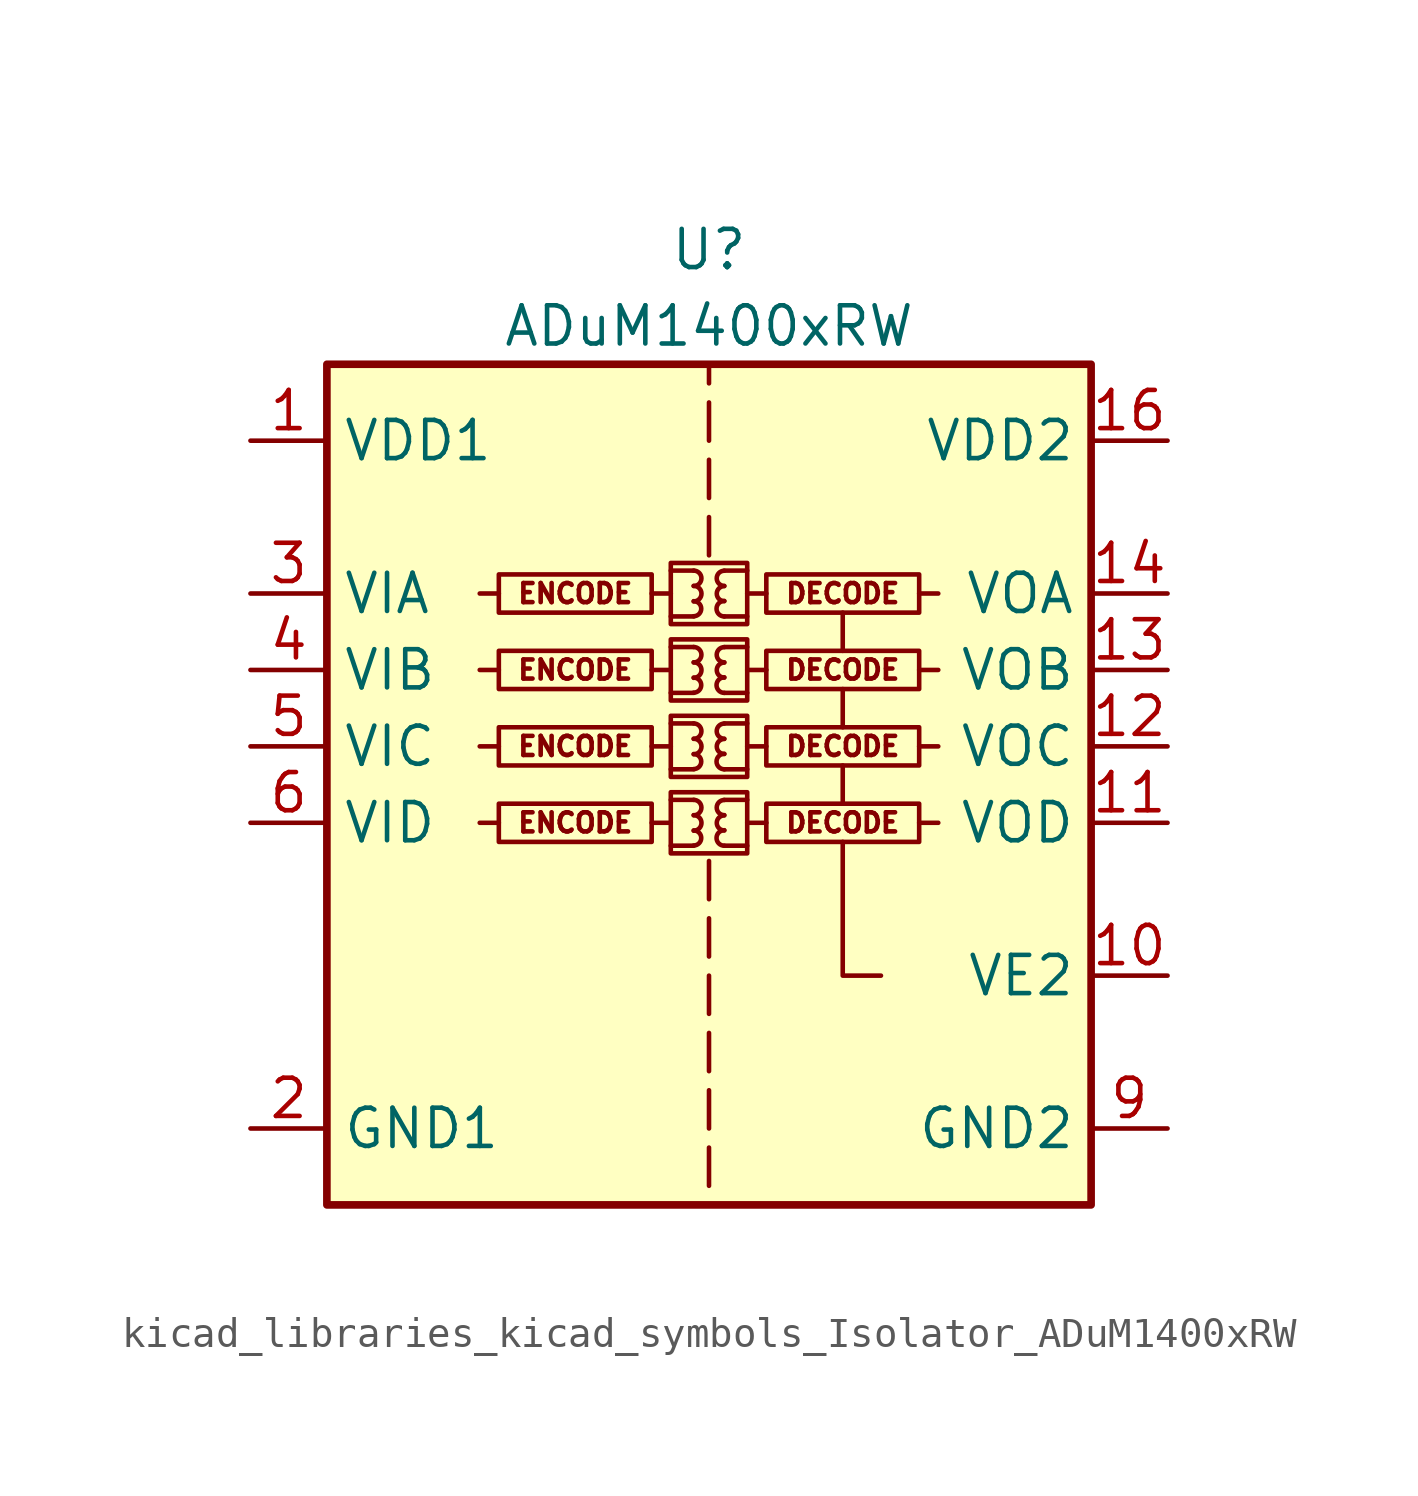
<source format=kicad_sym>
(kicad_symbol_lib
  (version 20220914)
  (generator kicad_symbol_editor)
  (symbol "kicad_libraries_kicad_symbols_Isolator_ADuM1400xRW"
    (property "Reference" "U"
      (at 0 19.05 0)
      (effects (font (size 1.27 1.27))))
    (property "Value" "ADuM1400xRW"
      (at 0 16.51 0)
      (effects (font (size 1.27 1.27))))
    (symbol "kicad_libraries_kicad_symbols_Isolator_ADuM1400xRW_0_0"
      (rectangle (start -1.905 0.635) (end -6.985 -0.635) (stroke (width 0) (type default)) (fill (type none)))
      (rectangle (start -1.27 1.016) (end 1.27 -1.016) (stroke (width 0) (type default)) (fill (type none)))
      (rectangle (start -1.27 3.556) (end 1.27 1.524) (stroke (width 0) (type default)) (fill (type none)))
      (rectangle (start -1.27 6.096) (end 1.27 4.064) (stroke (width 0) (type default)) (fill (type none)))
      (rectangle (start -1.27 8.636) (end 1.27 6.604) (stroke (width 0) (type default)) (fill (type none)))
      (arc (start -0.508 -0.762) (mid -0.2551 -0.508) (end -0.508 -0.254) (stroke (width 0) (type default)) (fill (type none)))
      (arc (start -0.508 -0.254) (mid -0.2551 0) (end -0.508 0.254) (stroke (width 0) (type default)) (fill (type none)))
      (arc (start -0.508 0.254) (mid -0.2551 0.508) (end -0.508 0.762) (stroke (width 0) (type default)) (fill (type none)))
      (arc (start -0.508 1.778) (mid -0.2551 2.032) (end -0.508 2.286) (stroke (width 0) (type default)) (fill (type none)))
      (arc (start -0.508 2.286) (mid -0.2551 2.54) (end -0.508 2.794) (stroke (width 0) (type default)) (fill (type none)))
      (arc (start -0.508 2.794) (mid -0.2551 3.048) (end -0.508 3.302) (stroke (width 0) (type default)) (fill (type none)))
      (arc (start -0.508 4.318) (mid -0.2551 4.572) (end -0.508 4.826) (stroke (width 0) (type default)) (fill (type none)))
      (arc (start -0.508 4.826) (mid -0.2551 5.08) (end -0.508 5.334) (stroke (width 0) (type default)) (fill (type none)))
      (arc (start -0.508 5.334) (mid -0.2551 5.588) (end -0.508 5.842) (stroke (width 0) (type default)) (fill (type none)))
      (arc (start -0.508 6.858) (mid -0.2551 7.112) (end -0.508 7.366) (stroke (width 0) (type default)) (fill (type none)))
      (arc (start -0.508 7.366) (mid -0.2551 7.62) (end -0.508 7.874) (stroke (width 0) (type default)) (fill (type none)))
      (arc (start -0.508 7.874) (mid -0.2551 8.128) (end -0.508 8.382) (stroke (width 0) (type default)) (fill (type none)))
      (polyline (pts (xy -6.985 0) (xy -7.62 0)) (stroke (width 0) (type default)) (fill (type none)))
      (polyline (pts (xy -6.985 2.54) (xy -7.62 2.54)) (stroke (width 0) (type default)) (fill (type none)))
      (polyline (pts (xy -6.985 5.08) (xy -7.62 5.08)) (stroke (width 0) (type default)) (fill (type none)))
      (polyline (pts (xy -6.985 7.62) (xy -7.62 7.62)) (stroke (width 0) (type default)) (fill (type none)))
      (polyline (pts (xy -1.905 0) (xy -1.27 0)) (stroke (width 0) (type default)) (fill (type none)))
      (polyline (pts (xy -1.905 2.54) (xy -1.27 2.54)) (stroke (width 0) (type default)) (fill (type none)))
      (polyline (pts (xy -1.905 5.08) (xy -1.27 5.08)) (stroke (width 0) (type default)) (fill (type none)))
      (polyline (pts (xy -1.905 7.62) (xy -1.27 7.62)) (stroke (width 0) (type default)) (fill (type none)))
      (polyline (pts (xy -1.27 -0.762) (xy -0.508 -0.762)) (stroke (width 0) (type default)) (fill (type none)))
      (polyline (pts (xy -1.27 0.762) (xy -0.508 0.762)) (stroke (width 0) (type default)) (fill (type none)))
      (polyline (pts (xy -1.27 1.778) (xy -0.508 1.778)) (stroke (width 0) (type default)) (fill (type none)))
      (polyline (pts (xy -1.27 3.302) (xy -0.508 3.302)) (stroke (width 0) (type default)) (fill (type none)))
      (polyline (pts (xy -1.27 4.318) (xy -0.508 4.318)) (stroke (width 0) (type default)) (fill (type none)))
      (polyline (pts (xy -1.27 5.842) (xy -0.508 5.842)) (stroke (width 0) (type default)) (fill (type none)))
      (polyline (pts (xy -1.27 6.858) (xy -0.508 6.858)) (stroke (width 0) (type default)) (fill (type none)))
      (polyline (pts (xy -1.27 8.382) (xy -0.508 8.382)) (stroke (width 0) (type default)) (fill (type none)))
      (polyline (pts (xy 0 -10.795) (xy 0 -12.065)) (stroke (width 0) (type default)) (fill (type none)))
      (polyline (pts (xy 0 -8.89) (xy 0 -10.16)) (stroke (width 0) (type default)) (fill (type none)))
      (polyline (pts (xy 0 -6.985) (xy 0 -8.255)) (stroke (width 0) (type default)) (fill (type none)))
      (polyline (pts (xy 0 -5.08) (xy 0 -6.35)) (stroke (width 0) (type default)) (fill (type none)))
      (polyline (pts (xy 0 -3.175) (xy 0 -4.445)) (stroke (width 0) (type default)) (fill (type none)))
      (polyline (pts (xy 0 -1.27) (xy 0 -2.54)) (stroke (width 0) (type default)) (fill (type none)))
      (polyline (pts (xy 0 8.89) (xy 0 10.16)) (stroke (width 0) (type default)) (fill (type none)))
      (polyline (pts (xy 0 10.795) (xy 0 12.065)) (stroke (width 0) (type default)) (fill (type none)))
      (polyline (pts (xy 0 12.7) (xy 0 13.97)) (stroke (width 0) (type default)) (fill (type none)))
      (polyline (pts (xy 0 15.24) (xy 0 14.605)) (stroke (width 0) (type default)) (fill (type none)))
      (polyline (pts (xy 1.27 -0.762) (xy 0.508 -0.762)) (stroke (width 0) (type default)) (fill (type none)))
      (polyline (pts (xy 1.27 0.762) (xy 0.508 0.762)) (stroke (width 0) (type default)) (fill (type none)))
      (polyline (pts (xy 1.27 1.778) (xy 0.508 1.778)) (stroke (width 0) (type default)) (fill (type none)))
      (polyline (pts (xy 1.27 3.302) (xy 0.508 3.302)) (stroke (width 0) (type default)) (fill (type none)))
      (polyline (pts (xy 1.27 4.318) (xy 0.508 4.318)) (stroke (width 0) (type default)) (fill (type none)))
      (polyline (pts (xy 1.27 5.842) (xy 0.508 5.842)) (stroke (width 0) (type default)) (fill (type none)))
      (polyline (pts (xy 1.27 6.858) (xy 0.508 6.858)) (stroke (width 0) (type default)) (fill (type none)))
      (polyline (pts (xy 1.27 8.382) (xy 0.508 8.382)) (stroke (width 0) (type default)) (fill (type none)))
      (polyline (pts (xy 1.905 0) (xy 1.27 0)) (stroke (width 0) (type default)) (fill (type none)))
      (polyline (pts (xy 1.905 2.54) (xy 1.27 2.54)) (stroke (width 0) (type default)) (fill (type none)))
      (polyline (pts (xy 1.905 5.08) (xy 1.27 5.08)) (stroke (width 0) (type default)) (fill (type none)))
      (polyline (pts (xy 1.905 7.62) (xy 1.27 7.62)) (stroke (width 0) (type default)) (fill (type none)))
      (polyline (pts (xy 4.445 0.635) (xy 4.445 1.905)) (stroke (width 0) (type default)) (fill (type none)))
      (polyline (pts (xy 4.445 3.175) (xy 4.445 4.445)) (stroke (width 0) (type default)) (fill (type none)))
      (polyline (pts (xy 4.445 5.715) (xy 4.445 6.985)) (stroke (width 0) (type default)) (fill (type none)))
      (polyline (pts (xy 6.985 0) (xy 7.62 0)) (stroke (width 0) (type default)) (fill (type none)))
      (polyline (pts (xy 6.985 2.54) (xy 7.62 2.54)) (stroke (width 0) (type default)) (fill (type none)))
      (polyline (pts (xy 6.985 5.08) (xy 7.62 5.08)) (stroke (width 0) (type default)) (fill (type none)))
      (polyline (pts (xy 6.985 7.62) (xy 7.62 7.62)) (stroke (width 0) (type default)) (fill (type none)))
      (polyline (pts (xy 5.715 -5.08) (xy 4.445 -5.08) (xy 4.445 -0.635)) (stroke (width 0) (type default)) (fill (type none)))
      (arc (start 0.508 -0.254) (mid 0.2551 -0.508) (end 0.508 -0.762) (stroke (width 0) (type default)) (fill (type none)))
      (arc (start 0.508 0.254) (mid 0.2551 0) (end 0.508 -0.254) (stroke (width 0) (type default)) (fill (type none)))
      (arc (start 0.508 0.762) (mid 0.2551 0.508) (end 0.508 0.254) (stroke (width 0) (type default)) (fill (type none)))
      (arc (start 0.508 2.286) (mid 0.2551 2.032) (end 0.508 1.778) (stroke (width 0) (type default)) (fill (type none)))
      (arc (start 0.508 2.794) (mid 0.2551 2.54) (end 0.508 2.286) (stroke (width 0) (type default)) (fill (type none)))
      (arc (start 0.508 3.302) (mid 0.2551 3.048) (end 0.508 2.794) (stroke (width 0) (type default)) (fill (type none)))
      (arc (start 0.508 4.826) (mid 0.2551 4.572) (end 0.508 4.318) (stroke (width 0) (type default)) (fill (type none)))
      (arc (start 0.508 5.334) (mid 0.2551 5.08) (end 0.508 4.826) (stroke (width 0) (type default)) (fill (type none)))
      (arc (start 0.508 5.842) (mid 0.2551 5.588) (end 0.508 5.334) (stroke (width 0) (type default)) (fill (type none)))
      (arc (start 0.508 7.366) (mid 0.2551 7.112) (end 0.508 6.858) (stroke (width 0) (type default)) (fill (type none)))
      (arc (start 0.508 7.874) (mid 0.2551 7.62) (end 0.508 7.366) (stroke (width 0) (type default)) (fill (type none)))
      (arc (start 0.508 8.382) (mid 0.2551 8.128) (end 0.508 7.874) (stroke (width 0) (type default)) (fill (type none)))
      (rectangle (start 1.905 0.635) (end 6.985 -0.635) (stroke (width 0) (type default)) (fill (type none)))
      (rectangle (start 1.905 3.175) (end 6.985 1.905) (stroke (width 0) (type default)) (fill (type none)))
      (rectangle (start 1.905 5.715) (end 6.985 4.445) (stroke (width 0) (type default)) (fill (type none)))
      (rectangle (start 1.905 8.255) (end 6.985 6.985) (stroke (width 0) (type default)) (fill (type none)))
      (text "DECODE" (at 4.445 0 0) (effects (font (size 0.635 0.635))))
      (text "DECODE" (at 4.445 2.54 0) (effects (font (size 0.635 0.635))))
      (text "DECODE" (at 4.445 5.08 0) (effects (font (size 0.635 0.635))))
      (text "DECODE" (at 4.445 7.62 0) (effects (font (size 0.635 0.635))))
      (text "ENCODE" (at -4.445 0 0) (effects (font (size 0.635 0.635))))
      (text "ENCODE" (at -4.445 2.54 0) (effects (font (size 0.635 0.635))))
      (text "ENCODE" (at -4.445 5.08 0) (effects (font (size 0.635 0.635))))
      (text "ENCODE" (at -4.445 7.62 0) (effects (font (size 0.635 0.635)))))
    (symbol "kicad_libraries_kicad_symbols_Isolator_ADuM1400xRW_0_1"
      (rectangle (start -12.7 15.24) (end 12.7 -12.7) (stroke (width 0.254) (type default)) (fill (type background)))
      (rectangle (start -1.905 3.175) (end -6.985 1.905) (stroke (width 0) (type default)) (fill (type none)))
      (rectangle (start -1.905 5.715) (end -6.985 4.445) (stroke (width 0) (type default)) (fill (type none)))
      (rectangle (start -1.905 8.255) (end -6.985 6.985) (stroke (width 0) (type default)) (fill (type none))))
    (symbol "kicad_libraries_kicad_symbols_Isolator_ADuM1400xRW_1_1"
      (pin power_in line (at -15.24 12.7 0) (length 2.54) (name "VDD1" (effects (font (size 1.27 1.27)))) (number "1" (effects (font (size 1.27 1.27)))))
      (pin input line (at 15.24 -5.08 180) (length 2.54) (name "VE2" (effects (font (size 1.27 1.27)))) (number "10" (effects (font (size 1.27 1.27)))))
      (pin output line (at 15.24 0 180) (length 2.54) (name "VOD" (effects (font (size 1.27 1.27)))) (number "11" (effects (font (size 1.27 1.27)))))
      (pin output line (at 15.24 2.54 180) (length 2.54) (name "VOC" (effects (font (size 1.27 1.27)))) (number "12" (effects (font (size 1.27 1.27)))))
      (pin output line (at 15.24 5.08 180) (length 2.54) (name "VOB" (effects (font (size 1.27 1.27)))) (number "13" (effects (font (size 1.27 1.27)))))
      (pin output line (at 15.24 7.62 180) (length 2.54) (name "VOA" (effects (font (size 1.27 1.27)))) (number "14" (effects (font (size 1.27 1.27)))))
      (pin passive line (at 15.24 -10.16 180) (length 2.54) hide (name "GND2" (effects (font (size 1.27 1.27)))) (number "15" (effects (font (size 1.27 1.27)))))
      (pin power_in line (at 15.24 12.7 180) (length 2.54) (name "VDD2" (effects (font (size 1.27 1.27)))) (number "16" (effects (font (size 1.27 1.27)))))
      (pin power_in line (at -15.24 -10.16 0) (length 2.54) (name "GND1" (effects (font (size 1.27 1.27)))) (number "2" (effects (font (size 1.27 1.27)))))
      (pin input line (at -15.24 7.62 0) (length 2.54) (name "VIA" (effects (font (size 1.27 1.27)))) (number "3" (effects (font (size 1.27 1.27)))))
      (pin input line (at -15.24 5.08 0) (length 2.54) (name "VIB" (effects (font (size 1.27 1.27)))) (number "4" (effects (font (size 1.27 1.27)))))
      (pin input line (at -15.24 2.54 0) (length 2.54) (name "VIC" (effects (font (size 1.27 1.27)))) (number "5" (effects (font (size 1.27 1.27)))))
      (pin input line (at -15.24 0 0) (length 2.54) (name "VID" (effects (font (size 1.27 1.27)))) (number "6" (effects (font (size 1.27 1.27)))))
      (pin no_connect line (at -12.7 -5.08 0) (length 2.54) hide (name "NC" (effects (font (size 1.27 1.27)))) (number "7" (effects (font (size 1.27 1.27)))))
      (pin passive line (at -15.24 -10.16 0) (length 2.54) hide (name "GND1" (effects (font (size 1.27 1.27)))) (number "8" (effects (font (size 1.27 1.27)))))
      (pin power_in line (at 15.24 -10.16 180) (length 2.54) (name "GND2" (effects (font (size 1.27 1.27)))) (number "9" (effects (font (size 1.27 1.27))))))))
</source>
